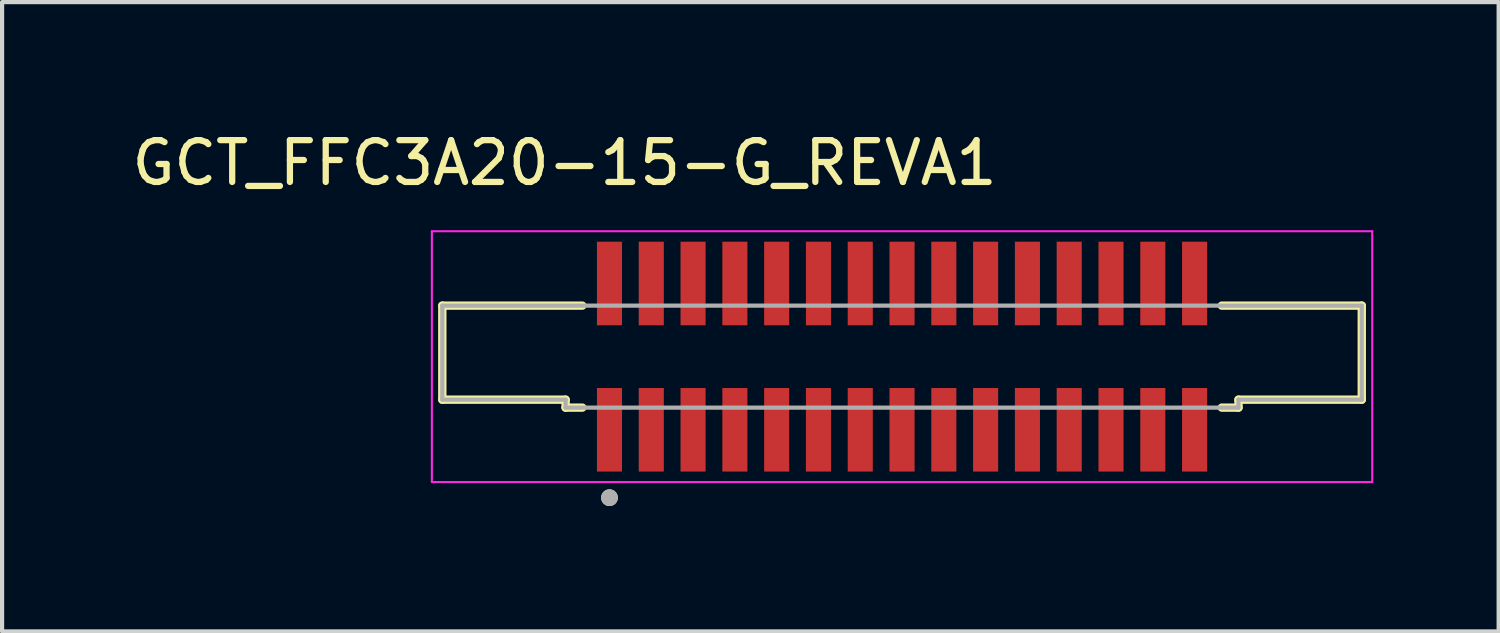
<source format=kicad_pcb>
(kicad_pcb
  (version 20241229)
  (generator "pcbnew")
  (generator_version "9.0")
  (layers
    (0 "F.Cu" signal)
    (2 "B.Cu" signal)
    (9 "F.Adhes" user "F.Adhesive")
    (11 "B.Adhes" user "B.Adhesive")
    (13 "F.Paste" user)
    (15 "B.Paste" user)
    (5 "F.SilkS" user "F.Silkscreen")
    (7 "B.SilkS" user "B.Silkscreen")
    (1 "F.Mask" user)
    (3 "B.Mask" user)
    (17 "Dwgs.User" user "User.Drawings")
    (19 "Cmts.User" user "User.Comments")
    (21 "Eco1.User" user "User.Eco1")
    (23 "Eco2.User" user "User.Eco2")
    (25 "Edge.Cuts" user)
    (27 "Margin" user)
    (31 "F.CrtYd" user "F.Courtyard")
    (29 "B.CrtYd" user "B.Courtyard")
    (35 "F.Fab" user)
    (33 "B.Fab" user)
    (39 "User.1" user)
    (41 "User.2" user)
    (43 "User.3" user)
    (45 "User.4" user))
  (footprint "GCT_FFC3A20-15-G_REVA1"
    (layer "F.Cu")
    (at 18.533 5.483)
    (property "Reference" "GCT_FFC3A20-15-G_REVA1" (at -8.075 -4.635 0) (layer "F.SilkS") (effects (font (size 1 1) (thickness 0.15))))
    (attr smd)
    (fp_line (start -11 -1.22) (end -7.65 -1.22) (stroke (width 0.2) (type solid)) (layer "F.SilkS"))
    (fp_line (start -11 1.03) (end -11 -1.22) (stroke (width 0.2) (type solid)) (layer "F.SilkS"))
    (fp_line (start -11 1.03) (end -8.05 1.03) (stroke (width 0.2) (type solid)) (layer "F.SilkS"))
    (fp_line (start -8.05 1.22) (end -8.05 1.03) (stroke (width 0.2) (type solid)) (layer "F.SilkS"))
    (fp_line (start -7.65 1.22) (end -8.05 1.22) (stroke (width 0.2) (type solid)) (layer "F.SilkS"))
    (fp_line (start 7.65 -1.22) (end 11 -1.22) (stroke (width 0.2) (type solid)) (layer "F.SilkS"))
    (fp_line (start 7.65 1.22) (end 8.05 1.22) (stroke (width 0.2) (type solid)) (layer "F.SilkS"))
    (fp_line (start 8.05 1.22) (end 8.05 1.03) (stroke (width 0.2) (type solid)) (layer "F.SilkS"))
    (fp_line (start 11 -1.22) (end 11 1.03) (stroke (width 0.2) (type solid)) (layer "F.SilkS"))
    (fp_line (start 11 1.03) (end 8.05 1.03) (stroke (width 0.2) (type solid)) (layer "F.SilkS"))
    (fp_circle (center -7 3.375) (end -6.9 3.375) (stroke (width 0.2) (type solid)) (fill no) (layer "F.SilkS"))
    (fp_line (start -11.25 -3) (end -11.25 3) (stroke (width 0.05) (type solid)) (layer "F.CrtYd"))
    (fp_line (start -11.25 3) (end 11.25 3) (stroke (width 0.05) (type solid)) (layer "F.CrtYd"))
    (fp_line (start 11.25 -3) (end -11.25 -3) (stroke (width 0.05) (type solid)) (layer "F.CrtYd"))
    (fp_line (start 11.25 3) (end 11.25 -3) (stroke (width 0.05) (type solid)) (layer "F.CrtYd"))
    (fp_line (start -11 -1.22) (end 11 -1.22) (stroke (width 0.1) (type solid)) (layer "F.Fab"))
    (fp_line (start -11 1.03) (end -11 -1.22) (stroke (width 0.1) (type solid)) (layer "F.Fab"))
    (fp_line (start -8.05 1.03) (end -11 1.03) (stroke (width 0.1) (type solid)) (layer "F.Fab"))
    (fp_line (start -8.05 1.03) (end -8.05 1.22) (stroke (width 0.1) (type solid)) (layer "F.Fab"))
    (fp_line (start -8.05 1.22) (end 8.05 1.22) (stroke (width 0.1) (type solid)) (layer "F.Fab"))
    (fp_line (start 8.05 1.22) (end 8.05 1.03) (stroke (width 0.1) (type solid)) (layer "F.Fab"))
    (fp_line (start 11 -1.22) (end 11 1.03) (stroke (width 0.1) (type solid)) (layer "F.Fab"))
    (fp_line (start 11 1.03) (end 8.05 1.03) (stroke (width 0.1) (type solid)) (layer "F.Fab"))
    (fp_circle (center -7 3.375) (end -6.9 3.375) (stroke (width 0.2) (type solid)) (fill no) (layer "F.Fab"))
    (pad "1" smd rect (at -7 -1.75) (size 0.6 2) (layers "F.Cu" "F.Mask" "F.Paste"))
    (pad "1" smd rect (at -7 1.75) (size 0.6 2) (layers "F.Cu" "F.Mask" "F.Paste"))
    (pad "2" smd rect (at -6 -1.75) (size 0.6 2) (layers "F.Cu" "F.Mask" "F.Paste"))
    (pad "2" smd rect (at -6 1.75) (size 0.6 2) (layers "F.Cu" "F.Mask" "F.Paste"))
    (pad "3" smd rect (at -5 -1.75) (size 0.6 2) (layers "F.Cu" "F.Mask" "F.Paste"))
    (pad "3" smd rect (at -5 1.75) (size 0.6 2) (layers "F.Cu" "F.Mask" "F.Paste"))
    (pad "4" smd rect (at -4 -1.75) (size 0.6 2) (layers "F.Cu" "F.Mask" "F.Paste"))
    (pad "4" smd rect (at -4 1.75) (size 0.6 2) (layers "F.Cu" "F.Mask" "F.Paste"))
    (pad "5" smd rect (at -3 -1.75) (size 0.6 2) (layers "F.Cu" "F.Mask" "F.Paste"))
    (pad "5" smd rect (at -3 1.75) (size 0.6 2) (layers "F.Cu" "F.Mask" "F.Paste"))
    (pad "6" smd rect (at -2 -1.75) (size 0.6 2) (layers "F.Cu" "F.Mask" "F.Paste"))
    (pad "6" smd rect (at -2 1.75) (size 0.6 2) (layers "F.Cu" "F.Mask" "F.Paste"))
    (pad "7" smd rect (at -1 -1.75) (size 0.6 2) (layers "F.Cu" "F.Mask" "F.Paste"))
    (pad "7" smd rect (at -1 1.75) (size 0.6 2) (layers "F.Cu" "F.Mask" "F.Paste"))
    (pad "8" smd rect (at 0 -1.75) (size 0.6 2) (layers "F.Cu" "F.Mask" "F.Paste"))
    (pad "8" smd rect (at 0 1.75) (size 0.6 2) (layers "F.Cu" "F.Mask" "F.Paste"))
    (pad "9" smd rect (at 1 -1.75) (size 0.6 2) (layers "F.Cu" "F.Mask" "F.Paste"))
    (pad "9" smd rect (at 1 1.75) (size 0.6 2) (layers "F.Cu" "F.Mask" "F.Paste"))
    (pad "10" smd rect (at 2 -1.75) (size 0.6 2) (layers "F.Cu" "F.Mask" "F.Paste"))
    (pad "10" smd rect (at 2 1.75) (size 0.6 2) (layers "F.Cu" "F.Mask" "F.Paste"))
    (pad "11" smd rect (at 3 -1.75) (size 0.6 2) (layers "F.Cu" "F.Mask" "F.Paste"))
    (pad "11" smd rect (at 3 1.75) (size 0.6 2) (layers "F.Cu" "F.Mask" "F.Paste"))
    (pad "12" smd rect (at 4 -1.75) (size 0.6 2) (layers "F.Cu" "F.Mask" "F.Paste"))
    (pad "12" smd rect (at 4 1.75) (size 0.6 2) (layers "F.Cu" "F.Mask" "F.Paste"))
    (pad "13" smd rect (at 5 -1.75) (size 0.6 2) (layers "F.Cu" "F.Mask" "F.Paste"))
    (pad "13" smd rect (at 5 1.75) (size 0.6 2) (layers "F.Cu" "F.Mask" "F.Paste"))
    (pad "14" smd rect (at 6 -1.75) (size 0.6 2) (layers "F.Cu" "F.Mask" "F.Paste"))
    (pad "14" smd rect (at 6 1.75) (size 0.6 2) (layers "F.Cu" "F.Mask" "F.Paste"))
    (pad "15" smd rect (at 7 -1.75) (size 0.6 2) (layers "F.Cu" "F.Mask" "F.Paste"))
    (pad "15" smd rect (at 7 1.75) (size 0.6 2) (layers "F.Cu" "F.Mask" "F.Paste")))
  (gr_rect
    (start -3 -3)
    (end 32.808 12.058)
    (stroke (width 0.1) (type default))
    (fill no)
    (layer "Edge.Cuts")))
</source>
